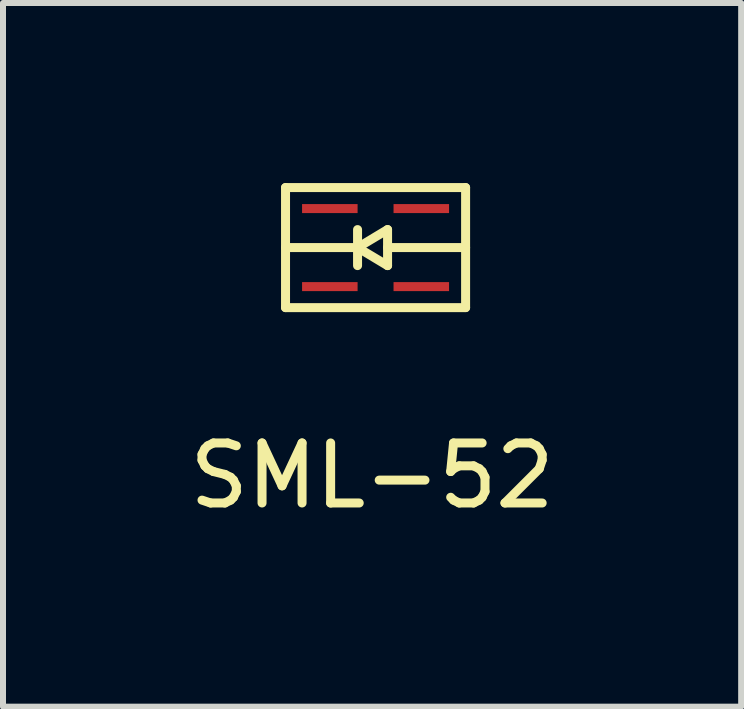
<source format=kicad_pcb>
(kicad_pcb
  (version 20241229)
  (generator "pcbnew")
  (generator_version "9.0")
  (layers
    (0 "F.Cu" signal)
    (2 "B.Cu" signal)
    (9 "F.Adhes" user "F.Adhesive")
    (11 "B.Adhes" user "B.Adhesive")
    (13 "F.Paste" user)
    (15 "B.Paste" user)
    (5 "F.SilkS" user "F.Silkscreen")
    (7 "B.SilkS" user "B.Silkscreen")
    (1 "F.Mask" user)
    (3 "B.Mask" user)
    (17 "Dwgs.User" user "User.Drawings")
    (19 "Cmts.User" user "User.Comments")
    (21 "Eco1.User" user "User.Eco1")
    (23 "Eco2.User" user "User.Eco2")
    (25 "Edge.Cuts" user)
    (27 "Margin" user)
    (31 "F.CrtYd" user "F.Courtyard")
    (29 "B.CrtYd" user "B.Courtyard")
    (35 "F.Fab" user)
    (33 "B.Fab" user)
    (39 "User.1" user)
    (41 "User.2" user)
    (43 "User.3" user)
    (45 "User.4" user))
  (footprint "SML-52"
    (layer "F.Cu")
    (at 3.207 1.075)
    (property "Reference" "SML-52" (at -0.058 3.8 0) (layer "F.SilkS") (effects (font (size 1 1) (thickness 0.15))))
    (attr through_hole)
    (fp_line (start -1.5 -1) (end -1.5 1) (stroke (width 0.15) (type solid)) (layer "F.SilkS"))
    (fp_line (start -1.5 0) (end -0.3 0) (stroke (width 0.15) (type solid)) (layer "F.SilkS"))
    (fp_line (start -1.5 1) (end 1.5 1) (stroke (width 0.15) (type solid)) (layer "F.SilkS"))
    (fp_line (start -0.3 -0.3) (end -0.3 0.3) (stroke (width 0.15) (type solid)) (layer "F.SilkS"))
    (fp_line (start -0.3 0) (end 0.2 -0.3) (stroke (width 0.15) (type solid)) (layer "F.SilkS"))
    (fp_line (start 0.2 -0.3) (end 0.2 0.3) (stroke (width 0.15) (type solid)) (layer "F.SilkS"))
    (fp_line (start 0.2 0) (end 1.5 0) (stroke (width 0.15) (type solid)) (layer "F.SilkS"))
    (fp_line (start 0.2 0.3) (end -0.3 0) (stroke (width 0.15) (type solid)) (layer "F.SilkS"))
    (fp_line (start 1.5 -1) (end -1.5 -1) (stroke (width 0.15) (type solid)) (layer "F.SilkS"))
    (fp_line (start 1.5 1) (end 1.5 -1) (stroke (width 0.15) (type solid)) (layer "F.SilkS"))
    (pad "1" smd rect (at 0.762 -0.65) (size 0.925 0.15) (layers "F.Cu" "F.Mask" "F.Paste"))
    (pad "2" smd rect (at 0.762 0.65) (size 0.925 0.15) (layers "F.Cu" "F.Mask" "F.Paste"))
    (pad "3" smd rect (at -0.762 -0.65) (size 0.925 0.15) (layers "F.Cu" "F.Mask" "F.Paste"))
    (pad "4" smd rect (at -0.762 0.65) (size 0.925 0.15) (layers "F.Cu" "F.Mask" "F.Paste")))
  (gr_rect
    (start -3 -3)
    (end 9.298 8.723)
    (stroke (width 0.1) (type default))
    (fill no)
    (layer "Edge.Cuts")))
</source>
